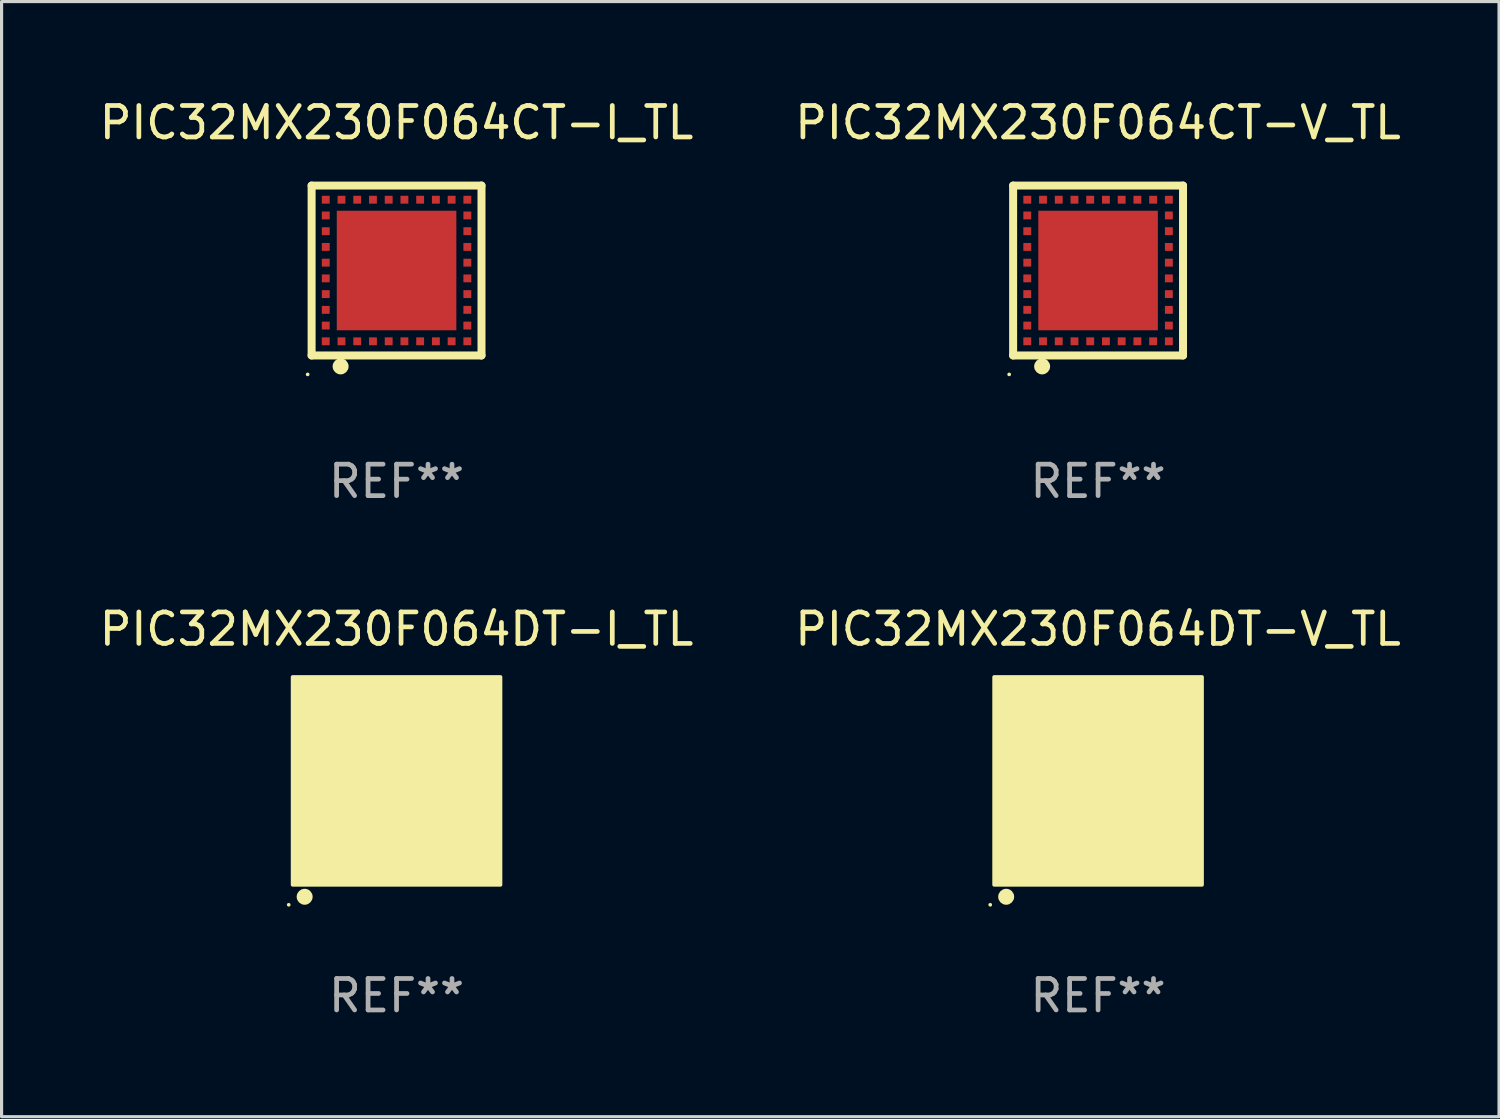
<source format=kicad_pcb>
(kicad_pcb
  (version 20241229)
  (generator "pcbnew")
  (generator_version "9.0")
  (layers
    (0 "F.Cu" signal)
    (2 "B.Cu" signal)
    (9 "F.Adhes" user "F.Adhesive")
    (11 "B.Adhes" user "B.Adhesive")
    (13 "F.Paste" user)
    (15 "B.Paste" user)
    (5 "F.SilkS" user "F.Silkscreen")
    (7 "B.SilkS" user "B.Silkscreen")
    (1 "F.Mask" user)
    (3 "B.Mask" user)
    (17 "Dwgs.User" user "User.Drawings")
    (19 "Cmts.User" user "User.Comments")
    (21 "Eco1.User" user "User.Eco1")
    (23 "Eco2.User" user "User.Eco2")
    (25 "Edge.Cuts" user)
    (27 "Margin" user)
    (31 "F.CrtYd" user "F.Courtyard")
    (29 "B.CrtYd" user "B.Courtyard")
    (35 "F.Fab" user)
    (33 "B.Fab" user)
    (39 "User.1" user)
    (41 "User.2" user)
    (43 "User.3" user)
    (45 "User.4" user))
  (footprint "PIC32MX230F064DT-I_TL"
    (layer "F.Cu")
    (at 9.554 21.77)
    (property "Reference" "PIC32MX230F064DT-I_TL" (at 0 -4.825 0) (layer "F.SilkS") (effects (font (size 1 1) (thickness 0.15))))
    (attr through_hole)
    (fp_circle (center -3.429 3.937) (end -3.399 3.937) (stroke (width 0.06) (type solid)) (fill no) (layer "F.SilkS"))
    (fp_circle (center -2.921 3.683) (end -2.794 3.683) (stroke (width 0.254) (type solid)) (fill no) (layer "F.SilkS"))
    (fp_poly (pts (xy -3.302 -3.302) (xy 3.302 -3.302) (xy 3.302 3.302) (xy -3.302 3.302)) (stroke (width 0.12) (type solid)) (fill yes) (layer "F.SilkS"))
    (fp_text user "REF**" (at 0 6.825 0) (layer "F.Fab") (effects (font (size 1 1) (thickness 0.15))))
    (pad "1" smd rect (at -2.25 2.825) (size 0.3 0.45) (layers "F.Cu" "F.Mask" "F.Paste"))
    (pad "2" smd rect (at -1.75 2.825) (size 0.3 0.45) (layers "F.Cu" "F.Mask" "F.Paste"))
    (pad "3" smd rect (at -1.25 2.825) (size 0.3 0.45) (layers "F.Cu" "F.Mask" "F.Paste"))
    (pad "4" smd rect (at -0.75 2.825) (size 0.3 0.45) (layers "F.Cu" "F.Mask" "F.Paste"))
    (pad "5" smd rect (at -0.25 2.825) (size 0.3 0.45) (layers "F.Cu" "F.Mask" "F.Paste"))
    (pad "6" smd rect (at 0.25 2.825) (size 0.3 0.45) (layers "F.Cu" "F.Mask" "F.Paste"))
    (pad "7" smd rect (at 0.75 2.825) (size 0.3 0.45) (layers "F.Cu" "F.Mask" "F.Paste"))
    (pad "8" smd rect (at 1.25 2.825) (size 0.3 0.45) (layers "F.Cu" "F.Mask" "F.Paste"))
    (pad "9" smd rect (at 1.75 2.825) (size 0.3 0.45) (layers "F.Cu" "F.Mask" "F.Paste"))
    (pad "10" smd rect (at 2.25 2.825) (size 0.3 0.45) (layers "F.Cu" "F.Mask" "F.Paste"))
    (pad "11" smd rect (at 2.825 2.825 90) (size 0.45 0.45) (layers "F.Cu" "F.Mask" "F.Paste"))
    (pad "12" smd rect (at 2.825 2.25 90) (size 0.3 0.45) (layers "F.Cu" "F.Mask" "F.Paste"))
    (pad "13" smd rect (at 2.825 1.75 90) (size 0.3 0.45) (layers "F.Cu" "F.Mask" "F.Paste"))
    (pad "14" smd rect (at 2.825 1.25 90) (size 0.3 0.45) (layers "F.Cu" "F.Mask" "F.Paste"))
    (pad "15" smd rect (at 2.825 0.75 90) (size 0.3 0.45) (layers "F.Cu" "F.Mask" "F.Paste"))
    (pad "16" smd rect (at 2.825 0.25 90) (size 0.3 0.45) (layers "F.Cu" "F.Mask" "F.Paste"))
    (pad "17" smd rect (at 2.825 -0.25 90) (size 0.3 0.45) (layers "F.Cu" "F.Mask" "F.Paste"))
    (pad "18" smd rect (at 2.825 -0.75 90) (size 0.3 0.45) (layers "F.Cu" "F.Mask" "F.Paste"))
    (pad "19" smd rect (at 2.825 -1.25 90) (size 0.3 0.45) (layers "F.Cu" "F.Mask" "F.Paste"))
    (pad "20" smd rect (at 2.825 -1.75 90) (size 0.3 0.45) (layers "F.Cu" "F.Mask" "F.Paste"))
    (pad "21" smd rect (at 2.825 -2.25 90) (size 0.3 0.45) (layers "F.Cu" "F.Mask" "F.Paste"))
    (pad "22" smd rect (at 2.825 -2.825 90) (size 0.45 0.45) (layers "F.Cu" "F.Mask" "F.Paste"))
    (pad "23" smd rect (at 2.25 -2.825) (size 0.3 0.45) (layers "F.Cu" "F.Mask" "F.Paste"))
    (pad "24" smd rect (at 1.75 -2.825) (size 0.3 0.45) (layers "F.Cu" "F.Mask" "F.Paste"))
    (pad "25" smd rect (at 1.25 -2.825) (size 0.3 0.45) (layers "F.Cu" "F.Mask" "F.Paste"))
    (pad "26" smd rect (at 0.75 -2.825) (size 0.3 0.45) (layers "F.Cu" "F.Mask" "F.Paste"))
    (pad "27" smd rect (at 0.25 -2.825) (size 0.3 0.45) (layers "F.Cu" "F.Mask" "F.Paste"))
    (pad "28" smd rect (at -0.25 -2.825) (size 0.3 0.45) (layers "F.Cu" "F.Mask" "F.Paste"))
    (pad "29" smd rect (at -0.75 -2.825) (size 0.3 0.45) (layers "F.Cu" "F.Mask" "F.Paste"))
    (pad "30" smd rect (at -1.25 -2.825) (size 0.3 0.45) (layers "F.Cu" "F.Mask" "F.Paste"))
    (pad "31" smd rect (at -1.75 -2.825) (size 0.3 0.45) (layers "F.Cu" "F.Mask" "F.Paste"))
    (pad "32" smd rect (at -2.25 -2.825) (size 0.3 0.45) (layers "F.Cu" "F.Mask" "F.Paste"))
    (pad "33" smd rect (at -2.825 -2.825 90) (size 0.45 0.45) (layers "F.Cu" "F.Mask" "F.Paste"))
    (pad "34" smd rect (at -2.825 -2.25 90) (size 0.3 0.45) (layers "F.Cu" "F.Mask" "F.Paste"))
    (pad "35" smd rect (at -2.825 -1.75 90) (size 0.3 0.45) (layers "F.Cu" "F.Mask" "F.Paste"))
    (pad "36" smd rect (at -2.825 -1.25 90) (size 0.3 0.45) (layers "F.Cu" "F.Mask" "F.Paste"))
    (pad "37" smd rect (at -2.825 -0.75 90) (size 0.3 0.45) (layers "F.Cu" "F.Mask" "F.Paste"))
    (pad "38" smd rect (at -2.825 -0.25 90) (size 0.3 0.45) (layers "F.Cu" "F.Mask" "F.Paste"))
    (pad "39" smd rect (at -2.825 0.25 90) (size 0.3 0.45) (layers "F.Cu" "F.Mask" "F.Paste"))
    (pad "40" smd rect (at -2.825 0.75 90) (size 0.3 0.45) (layers "F.Cu" "F.Mask" "F.Paste"))
    (pad "41" smd rect (at -2.825 1.25 90) (size 0.3 0.45) (layers "F.Cu" "F.Mask" "F.Paste"))
    (pad "42" smd rect (at -2.825 1.75 90) (size 0.3 0.45) (layers "F.Cu" "F.Mask" "F.Paste"))
    (pad "43" smd rect (at -2.825 2.25 90) (size 0.3 0.45) (layers "F.Cu" "F.Mask" "F.Paste"))
    (pad "44" smd rect (at -2.825 2.825 90) (size 0.45 0.45) (layers "F.Cu" "F.Mask" "F.Paste"))
    (pad "45" smd rect (at 0 0 90) (size 4.6 4.6) (layers "F.Cu" "F.Mask" "F.Paste")))
  (footprint "PIC32MX230F064CT-I_TL"
    (layer "F.Cu")
    (at 9.554 5.548)
    (property "Reference" "PIC32MX230F064CT-I_TL" (at 0 -4.7 0) (layer "F.SilkS") (effects (font (size 1 1) (thickness 0.15))))
    (attr through_hole)
    (fp_line (start -2.7 -2.7) (end 2.7 -2.7) (stroke (width 0.254) (type solid)) (layer "F.SilkS"))
    (fp_line (start -2.7 2.7) (end -2.7 -2.7) (stroke (width 0.254) (type solid)) (layer "F.SilkS"))
    (fp_line (start 2.7 -2.7) (end 2.7 2.7) (stroke (width 0.254) (type solid)) (layer "F.SilkS"))
    (fp_line (start 2.7 2.7) (end -2.7 2.7) (stroke (width 0.254) (type solid)) (layer "F.SilkS"))
    (fp_circle (center -2.827 3.302) (end -2.797 3.302) (stroke (width 0.06) (type solid)) (fill no) (layer "F.SilkS"))
    (fp_circle (center -1.778 3.048) (end -1.651 3.048) (stroke (width 0.254) (type solid)) (fill no) (layer "F.SilkS"))
    (fp_text user "REF**" (at 0 6.7 0) (layer "F.Fab") (effects (font (size 1 1) (thickness 0.15))))
    (pad "1" smd rect (at -1.75 2.25) (size 0.25 0.25) (layers "F.Cu" "F.Mask" "F.Paste"))
    (pad "2" smd rect (at -1.25 2.25) (size 0.25 0.25) (layers "F.Cu" "F.Mask" "F.Paste"))
    (pad "3" smd rect (at -0.75 2.25) (size 0.25 0.25) (layers "F.Cu" "F.Mask" "F.Paste"))
    (pad "4" smd rect (at -0.25 2.25) (size 0.25 0.25) (layers "F.Cu" "F.Mask" "F.Paste"))
    (pad "5" smd rect (at 0.25 2.25) (size 0.25 0.25) (layers "F.Cu" "F.Mask" "F.Paste"))
    (pad "6" smd rect (at 0.75 2.25) (size 0.25 0.25) (layers "F.Cu" "F.Mask" "F.Paste"))
    (pad "7" smd rect (at 1.25 2.25) (size 0.25 0.25) (layers "F.Cu" "F.Mask" "F.Paste"))
    (pad "8" smd rect (at 1.75 2.25) (size 0.25 0.25) (layers "F.Cu" "F.Mask" "F.Paste"))
    (pad "9" smd rect (at 2.25 2.25) (size 0.25 0.25) (layers "F.Cu" "F.Mask" "F.Paste"))
    (pad "10" smd rect (at 2.25 1.75) (size 0.25 0.25) (layers "F.Cu" "F.Mask" "F.Paste"))
    (pad "11" smd rect (at 2.25 1.25) (size 0.25 0.25) (layers "F.Cu" "F.Mask" "F.Paste"))
    (pad "12" smd rect (at 2.25 0.75) (size 0.25 0.25) (layers "F.Cu" "F.Mask" "F.Paste"))
    (pad "13" smd rect (at 2.25 0.25) (size 0.25 0.25) (layers "F.Cu" "F.Mask" "F.Paste"))
    (pad "14" smd rect (at 2.25 -0.25) (size 0.25 0.25) (layers "F.Cu" "F.Mask" "F.Paste"))
    (pad "15" smd rect (at 2.25 -0.75) (size 0.25 0.25) (layers "F.Cu" "F.Mask" "F.Paste"))
    (pad "16" smd rect (at 2.25 -1.25) (size 0.25 0.25) (layers "F.Cu" "F.Mask" "F.Paste"))
    (pad "17" smd rect (at 2.25 -1.75) (size 0.25 0.25) (layers "F.Cu" "F.Mask" "F.Paste"))
    (pad "18" smd rect (at 2.25 -2.25) (size 0.25 0.25) (layers "F.Cu" "F.Mask" "F.Paste"))
    (pad "19" smd rect (at 1.75 -2.25) (size 0.25 0.25) (layers "F.Cu" "F.Mask" "F.Paste"))
    (pad "20" smd rect (at 1.25 -2.25) (size 0.25 0.25) (layers "F.Cu" "F.Mask" "F.Paste"))
    (pad "21" smd rect (at 0.75 -2.25) (size 0.25 0.25) (layers "F.Cu" "F.Mask" "F.Paste"))
    (pad "22" smd rect (at 0.25 -2.25) (size 0.25 0.25) (layers "F.Cu" "F.Mask" "F.Paste"))
    (pad "23" smd rect (at -0.25 -2.25) (size 0.25 0.25) (layers "F.Cu" "F.Mask" "F.Paste"))
    (pad "24" smd rect (at -0.75 -2.25) (size 0.25 0.25) (layers "F.Cu" "F.Mask" "F.Paste"))
    (pad "25" smd rect (at -1.25 -2.25) (size 0.25 0.25) (layers "F.Cu" "F.Mask" "F.Paste"))
    (pad "26" smd rect (at -1.75 -2.25) (size 0.25 0.25) (layers "F.Cu" "F.Mask" "F.Paste"))
    (pad "27" smd rect (at -2.25 -2.25) (size 0.25 0.25) (layers "F.Cu" "F.Mask" "F.Paste"))
    (pad "28" smd rect (at -2.25 -1.75) (size 0.25 0.25) (layers "F.Cu" "F.Mask" "F.Paste"))
    (pad "29" smd rect (at -2.25 -1.25) (size 0.25 0.25) (layers "F.Cu" "F.Mask" "F.Paste"))
    (pad "30" smd rect (at -2.25 -0.75) (size 0.25 0.25) (layers "F.Cu" "F.Mask" "F.Paste"))
    (pad "31" smd rect (at -2.25 -0.25) (size 0.25 0.25) (layers "F.Cu" "F.Mask" "F.Paste"))
    (pad "32" smd rect (at -2.25 0.25) (size 0.25 0.25) (layers "F.Cu" "F.Mask" "F.Paste"))
    (pad "33" smd rect (at -2.25 0.75) (size 0.25 0.25) (layers "F.Cu" "F.Mask" "F.Paste"))
    (pad "34" smd rect (at -2.25 1.25) (size 0.25 0.25) (layers "F.Cu" "F.Mask" "F.Paste"))
    (pad "35" smd rect (at -2.25 1.75) (size 0.25 0.25) (layers "F.Cu" "F.Mask" "F.Paste"))
    (pad "36" smd rect (at -2.25 2.25) (size 0.25 0.25) (layers "F.Cu" "F.Mask" "F.Paste"))
    (pad "37" smd rect (at 0.000127 -0.000076) (size 3.8 3.8) (layers "F.Cu" "F.Mask" "F.Paste")))
  (footprint "PIC32MX230F064CT-V_TL"
    (layer "F.Cu")
    (at 31.851 5.548)
    (property "Reference" "PIC32MX230F064CT-V_TL" (at 0 -4.7 0) (layer "F.SilkS") (effects (font (size 1 1) (thickness 0.15))))
    (attr through_hole)
    (fp_line (start -2.7 -2.7) (end 2.7 -2.7) (stroke (width 0.254) (type solid)) (layer "F.SilkS"))
    (fp_line (start -2.7 2.7) (end -2.7 -2.7) (stroke (width 0.254) (type solid)) (layer "F.SilkS"))
    (fp_line (start 2.7 -2.7) (end 2.7 2.7) (stroke (width 0.254) (type solid)) (layer "F.SilkS"))
    (fp_line (start 2.7 2.7) (end -2.7 2.7) (stroke (width 0.254) (type solid)) (layer "F.SilkS"))
    (fp_circle (center -2.827 3.302) (end -2.797 3.302) (stroke (width 0.06) (type solid)) (fill no) (layer "F.SilkS"))
    (fp_circle (center -1.778 3.048) (end -1.651 3.048) (stroke (width 0.254) (type solid)) (fill no) (layer "F.SilkS"))
    (fp_text user "REF**" (at 0 6.7 0) (layer "F.Fab") (effects (font (size 1 1) (thickness 0.15))))
    (pad "1" smd rect (at -1.75 2.25) (size 0.25 0.25) (layers "F.Cu" "F.Mask" "F.Paste"))
    (pad "2" smd rect (at -1.25 2.25) (size 0.25 0.25) (layers "F.Cu" "F.Mask" "F.Paste"))
    (pad "3" smd rect (at -0.75 2.25) (size 0.25 0.25) (layers "F.Cu" "F.Mask" "F.Paste"))
    (pad "4" smd rect (at -0.25 2.25) (size 0.25 0.25) (layers "F.Cu" "F.Mask" "F.Paste"))
    (pad "5" smd rect (at 0.25 2.25) (size 0.25 0.25) (layers "F.Cu" "F.Mask" "F.Paste"))
    (pad "6" smd rect (at 0.75 2.25) (size 0.25 0.25) (layers "F.Cu" "F.Mask" "F.Paste"))
    (pad "7" smd rect (at 1.25 2.25) (size 0.25 0.25) (layers "F.Cu" "F.Mask" "F.Paste"))
    (pad "8" smd rect (at 1.75 2.25) (size 0.25 0.25) (layers "F.Cu" "F.Mask" "F.Paste"))
    (pad "9" smd rect (at 2.25 2.25) (size 0.25 0.25) (layers "F.Cu" "F.Mask" "F.Paste"))
    (pad "10" smd rect (at 2.25 1.75) (size 0.25 0.25) (layers "F.Cu" "F.Mask" "F.Paste"))
    (pad "11" smd rect (at 2.25 1.25) (size 0.25 0.25) (layers "F.Cu" "F.Mask" "F.Paste"))
    (pad "12" smd rect (at 2.25 0.75) (size 0.25 0.25) (layers "F.Cu" "F.Mask" "F.Paste"))
    (pad "13" smd rect (at 2.25 0.25) (size 0.25 0.25) (layers "F.Cu" "F.Mask" "F.Paste"))
    (pad "14" smd rect (at 2.25 -0.25) (size 0.25 0.25) (layers "F.Cu" "F.Mask" "F.Paste"))
    (pad "15" smd rect (at 2.25 -0.75) (size 0.25 0.25) (layers "F.Cu" "F.Mask" "F.Paste"))
    (pad "16" smd rect (at 2.25 -1.25) (size 0.25 0.25) (layers "F.Cu" "F.Mask" "F.Paste"))
    (pad "17" smd rect (at 2.25 -1.75) (size 0.25 0.25) (layers "F.Cu" "F.Mask" "F.Paste"))
    (pad "18" smd rect (at 2.25 -2.25) (size 0.25 0.25) (layers "F.Cu" "F.Mask" "F.Paste"))
    (pad "19" smd rect (at 1.75 -2.25) (size 0.25 0.25) (layers "F.Cu" "F.Mask" "F.Paste"))
    (pad "20" smd rect (at 1.25 -2.25) (size 0.25 0.25) (layers "F.Cu" "F.Mask" "F.Paste"))
    (pad "21" smd rect (at 0.75 -2.25) (size 0.25 0.25) (layers "F.Cu" "F.Mask" "F.Paste"))
    (pad "22" smd rect (at 0.25 -2.25) (size 0.25 0.25) (layers "F.Cu" "F.Mask" "F.Paste"))
    (pad "23" smd rect (at -0.25 -2.25) (size 0.25 0.25) (layers "F.Cu" "F.Mask" "F.Paste"))
    (pad "24" smd rect (at -0.75 -2.25) (size 0.25 0.25) (layers "F.Cu" "F.Mask" "F.Paste"))
    (pad "25" smd rect (at -1.25 -2.25) (size 0.25 0.25) (layers "F.Cu" "F.Mask" "F.Paste"))
    (pad "26" smd rect (at -1.75 -2.25) (size 0.25 0.25) (layers "F.Cu" "F.Mask" "F.Paste"))
    (pad "27" smd rect (at -2.25 -2.25) (size 0.25 0.25) (layers "F.Cu" "F.Mask" "F.Paste"))
    (pad "28" smd rect (at -2.25 -1.75) (size 0.25 0.25) (layers "F.Cu" "F.Mask" "F.Paste"))
    (pad "29" smd rect (at -2.25 -1.25) (size 0.25 0.25) (layers "F.Cu" "F.Mask" "F.Paste"))
    (pad "30" smd rect (at -2.25 -0.75) (size 0.25 0.25) (layers "F.Cu" "F.Mask" "F.Paste"))
    (pad "31" smd rect (at -2.25 -0.25) (size 0.25 0.25) (layers "F.Cu" "F.Mask" "F.Paste"))
    (pad "32" smd rect (at -2.25 0.25) (size 0.25 0.25) (layers "F.Cu" "F.Mask" "F.Paste"))
    (pad "33" smd rect (at -2.25 0.75) (size 0.25 0.25) (layers "F.Cu" "F.Mask" "F.Paste"))
    (pad "34" smd rect (at -2.25 1.25) (size 0.25 0.25) (layers "F.Cu" "F.Mask" "F.Paste"))
    (pad "35" smd rect (at -2.25 1.75) (size 0.25 0.25) (layers "F.Cu" "F.Mask" "F.Paste"))
    (pad "36" smd rect (at -2.25 2.25) (size 0.25 0.25) (layers "F.Cu" "F.Mask" "F.Paste"))
    (pad "37" smd rect (at 0.000127 -0.000076) (size 3.8 3.8) (layers "F.Cu" "F.Mask" "F.Paste")))
  (footprint "PIC32MX230F064DT-V_TL"
    (layer "F.Cu")
    (at 31.851 21.77)
    (property "Reference" "PIC32MX230F064DT-V_TL" (at 0 -4.825 0) (layer "F.SilkS") (effects (font (size 1 1) (thickness 0.15))))
    (attr through_hole)
    (fp_circle (center -3.429 3.937) (end -3.399 3.937) (stroke (width 0.06) (type solid)) (fill no) (layer "F.SilkS"))
    (fp_circle (center -2.921 3.683) (end -2.794 3.683) (stroke (width 0.254) (type solid)) (fill no) (layer "F.SilkS"))
    (fp_poly (pts (xy -3.302 -3.302) (xy 3.302 -3.302) (xy 3.302 3.302) (xy -3.302 3.302)) (stroke (width 0.12) (type solid)) (fill yes) (layer "F.SilkS"))
    (fp_text user "REF**" (at 0 6.825 0) (layer "F.Fab") (effects (font (size 1 1) (thickness 0.15))))
    (pad "1" smd rect (at -2.25 2.825) (size 0.3 0.45) (layers "F.Cu" "F.Mask" "F.Paste"))
    (pad "2" smd rect (at -1.75 2.825) (size 0.3 0.45) (layers "F.Cu" "F.Mask" "F.Paste"))
    (pad "3" smd rect (at -1.25 2.825) (size 0.3 0.45) (layers "F.Cu" "F.Mask" "F.Paste"))
    (pad "4" smd rect (at -0.75 2.825) (size 0.3 0.45) (layers "F.Cu" "F.Mask" "F.Paste"))
    (pad "5" smd rect (at -0.25 2.825) (size 0.3 0.45) (layers "F.Cu" "F.Mask" "F.Paste"))
    (pad "6" smd rect (at 0.25 2.825) (size 0.3 0.45) (layers "F.Cu" "F.Mask" "F.Paste"))
    (pad "7" smd rect (at 0.75 2.825) (size 0.3 0.45) (layers "F.Cu" "F.Mask" "F.Paste"))
    (pad "8" smd rect (at 1.25 2.825) (size 0.3 0.45) (layers "F.Cu" "F.Mask" "F.Paste"))
    (pad "9" smd rect (at 1.75 2.825) (size 0.3 0.45) (layers "F.Cu" "F.Mask" "F.Paste"))
    (pad "10" smd rect (at 2.25 2.825) (size 0.3 0.45) (layers "F.Cu" "F.Mask" "F.Paste"))
    (pad "11" smd rect (at 2.825 2.825 90) (size 0.45 0.45) (layers "F.Cu" "F.Mask" "F.Paste"))
    (pad "12" smd rect (at 2.825 2.25 90) (size 0.3 0.45) (layers "F.Cu" "F.Mask" "F.Paste"))
    (pad "13" smd rect (at 2.825 1.75 90) (size 0.3 0.45) (layers "F.Cu" "F.Mask" "F.Paste"))
    (pad "14" smd rect (at 2.825 1.25 90) (size 0.3 0.45) (layers "F.Cu" "F.Mask" "F.Paste"))
    (pad "15" smd rect (at 2.825 0.75 90) (size 0.3 0.45) (layers "F.Cu" "F.Mask" "F.Paste"))
    (pad "16" smd rect (at 2.825 0.25 90) (size 0.3 0.45) (layers "F.Cu" "F.Mask" "F.Paste"))
    (pad "17" smd rect (at 2.825 -0.25 90) (size 0.3 0.45) (layers "F.Cu" "F.Mask" "F.Paste"))
    (pad "18" smd rect (at 2.825 -0.75 90) (size 0.3 0.45) (layers "F.Cu" "F.Mask" "F.Paste"))
    (pad "19" smd rect (at 2.825 -1.25 90) (size 0.3 0.45) (layers "F.Cu" "F.Mask" "F.Paste"))
    (pad "20" smd rect (at 2.825 -1.75 90) (size 0.3 0.45) (layers "F.Cu" "F.Mask" "F.Paste"))
    (pad "21" smd rect (at 2.825 -2.25 90) (size 0.3 0.45) (layers "F.Cu" "F.Mask" "F.Paste"))
    (pad "22" smd rect (at 2.825 -2.825 90) (size 0.45 0.45) (layers "F.Cu" "F.Mask" "F.Paste"))
    (pad "23" smd rect (at 2.25 -2.825) (size 0.3 0.45) (layers "F.Cu" "F.Mask" "F.Paste"))
    (pad "24" smd rect (at 1.75 -2.825) (size 0.3 0.45) (layers "F.Cu" "F.Mask" "F.Paste"))
    (pad "25" smd rect (at 1.25 -2.825) (size 0.3 0.45) (layers "F.Cu" "F.Mask" "F.Paste"))
    (pad "26" smd rect (at 0.75 -2.825) (size 0.3 0.45) (layers "F.Cu" "F.Mask" "F.Paste"))
    (pad "27" smd rect (at 0.25 -2.825) (size 0.3 0.45) (layers "F.Cu" "F.Mask" "F.Paste"))
    (pad "28" smd rect (at -0.25 -2.825) (size 0.3 0.45) (layers "F.Cu" "F.Mask" "F.Paste"))
    (pad "29" smd rect (at -0.75 -2.825) (size 0.3 0.45) (layers "F.Cu" "F.Mask" "F.Paste"))
    (pad "30" smd rect (at -1.25 -2.825) (size 0.3 0.45) (layers "F.Cu" "F.Mask" "F.Paste"))
    (pad "31" smd rect (at -1.75 -2.825) (size 0.3 0.45) (layers "F.Cu" "F.Mask" "F.Paste"))
    (pad "32" smd rect (at -2.25 -2.825) (size 0.3 0.45) (layers "F.Cu" "F.Mask" "F.Paste"))
    (pad "33" smd rect (at -2.825 -2.825 90) (size 0.45 0.45) (layers "F.Cu" "F.Mask" "F.Paste"))
    (pad "34" smd rect (at -2.825 -2.25 90) (size 0.3 0.45) (layers "F.Cu" "F.Mask" "F.Paste"))
    (pad "35" smd rect (at -2.825 -1.75 90) (size 0.3 0.45) (layers "F.Cu" "F.Mask" "F.Paste"))
    (pad "36" smd rect (at -2.825 -1.25 90) (size 0.3 0.45) (layers "F.Cu" "F.Mask" "F.Paste"))
    (pad "37" smd rect (at -2.825 -0.75 90) (size 0.3 0.45) (layers "F.Cu" "F.Mask" "F.Paste"))
    (pad "38" smd rect (at -2.825 -0.25 90) (size 0.3 0.45) (layers "F.Cu" "F.Mask" "F.Paste"))
    (pad "39" smd rect (at -2.825 0.25 90) (size 0.3 0.45) (layers "F.Cu" "F.Mask" "F.Paste"))
    (pad "40" smd rect (at -2.825 0.75 90) (size 0.3 0.45) (layers "F.Cu" "F.Mask" "F.Paste"))
    (pad "41" smd rect (at -2.825 1.25 90) (size 0.3 0.45) (layers "F.Cu" "F.Mask" "F.Paste"))
    (pad "42" smd rect (at -2.825 1.75 90) (size 0.3 0.45) (layers "F.Cu" "F.Mask" "F.Paste"))
    (pad "43" smd rect (at -2.825 2.25 90) (size 0.3 0.45) (layers "F.Cu" "F.Mask" "F.Paste"))
    (pad "44" smd rect (at -2.825 2.825 90) (size 0.45 0.45) (layers "F.Cu" "F.Mask" "F.Paste"))
    (pad "45" smd rect (at 0 0 90) (size 4.6 4.6) (layers "F.Cu" "F.Mask" "F.Paste")))
  (gr_rect
    (start -3 -3)
    (end 44.595 32.443)
    (stroke (width 0.1) (type default))
    (fill no)
    (layer "Edge.Cuts")))
</source>
